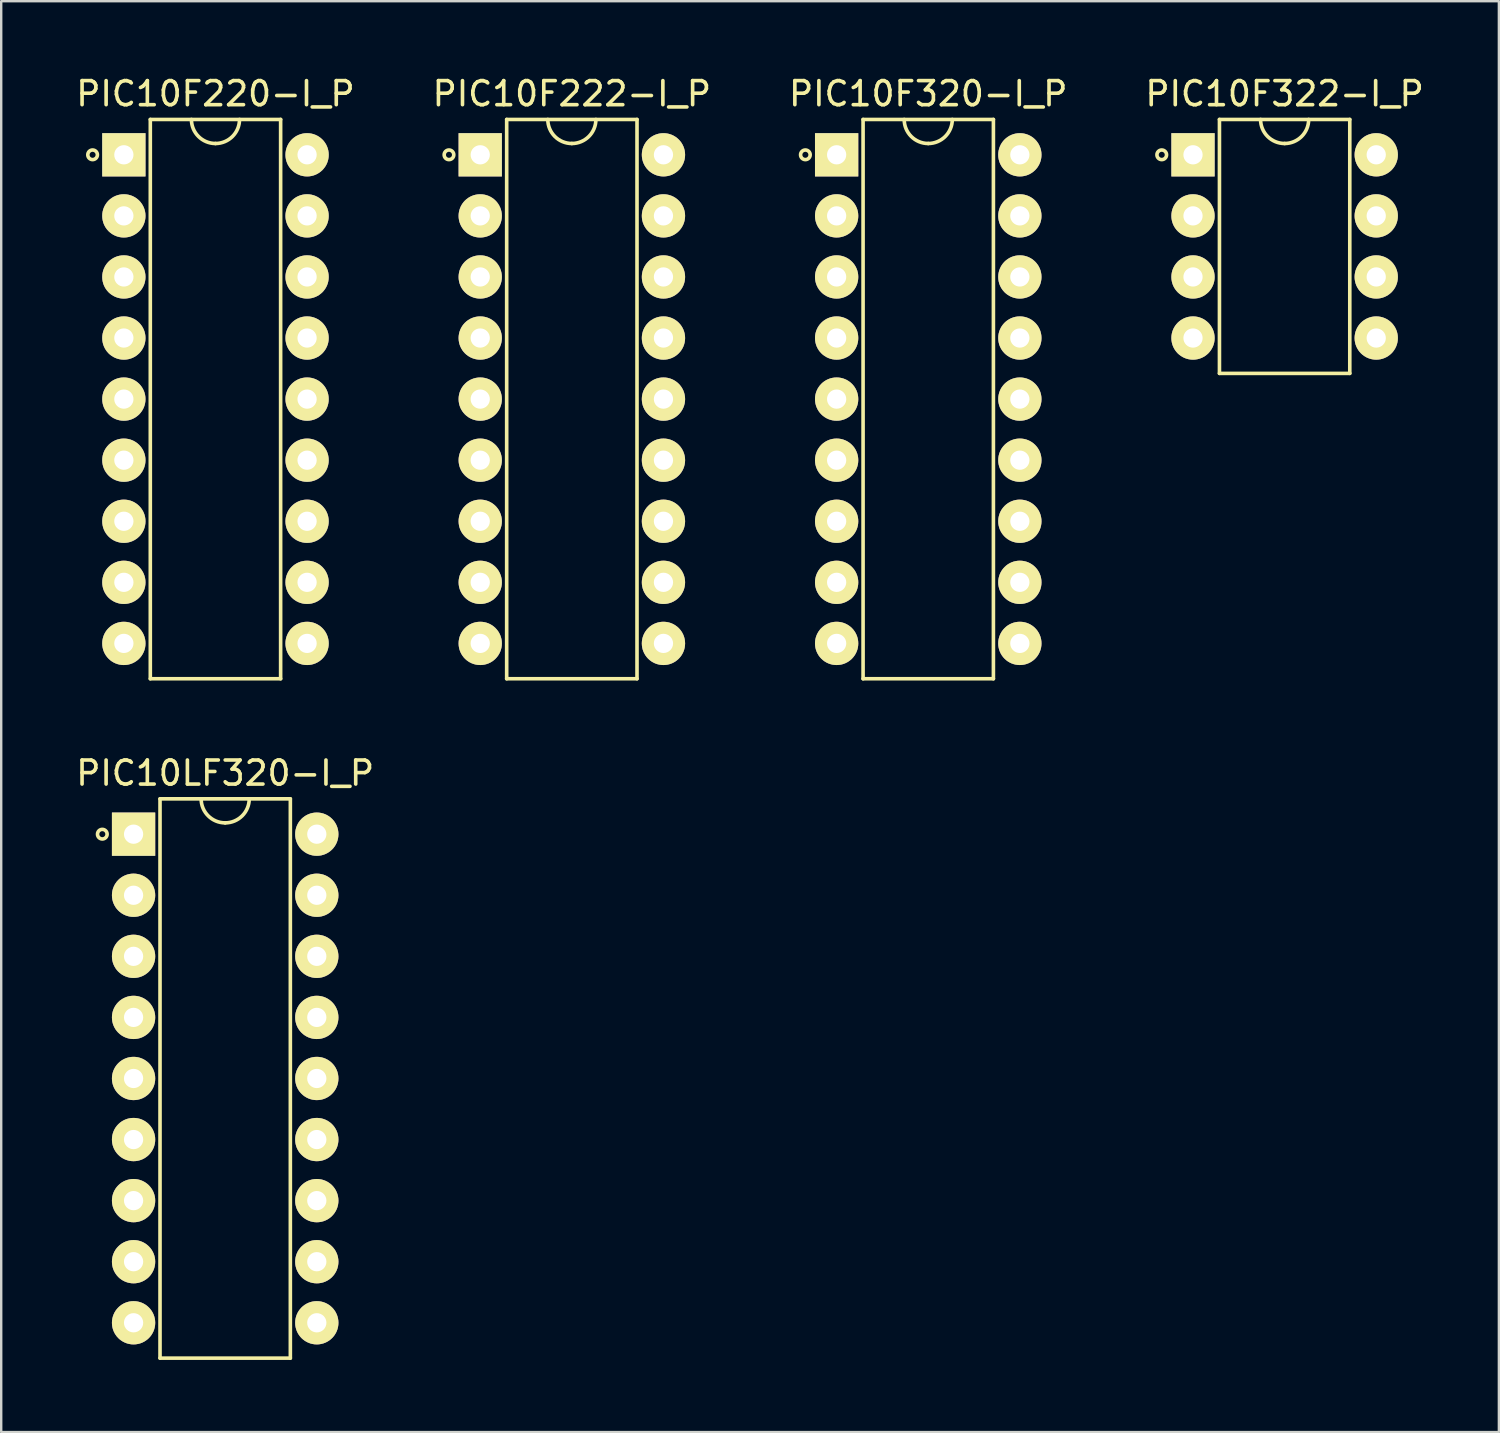
<source format=kicad_pcb>
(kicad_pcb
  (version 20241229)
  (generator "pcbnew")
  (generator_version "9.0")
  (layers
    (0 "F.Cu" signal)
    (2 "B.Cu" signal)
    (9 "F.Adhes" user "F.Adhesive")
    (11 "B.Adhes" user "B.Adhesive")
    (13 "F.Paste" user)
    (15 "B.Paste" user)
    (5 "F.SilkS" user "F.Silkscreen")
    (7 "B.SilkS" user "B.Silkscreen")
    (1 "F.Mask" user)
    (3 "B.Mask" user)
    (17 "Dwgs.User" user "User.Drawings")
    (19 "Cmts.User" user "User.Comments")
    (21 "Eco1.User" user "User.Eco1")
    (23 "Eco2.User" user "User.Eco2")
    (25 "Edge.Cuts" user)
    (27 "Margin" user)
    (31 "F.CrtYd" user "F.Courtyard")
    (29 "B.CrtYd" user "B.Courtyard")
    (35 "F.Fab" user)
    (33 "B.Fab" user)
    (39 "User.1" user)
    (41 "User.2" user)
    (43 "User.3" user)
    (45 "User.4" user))
  (footprint "PIC10F222-I_P"
    (layer "F.Cu")
    (at 16.922 3.388)
    (property "Reference" "PIC10F222-I_P" (at 3.81 -2.54 0) (layer "F.SilkS") (effects (font (size 1 1) (thickness 0.15))))
    (attr through_hole)
    (fp_line (start 1.1 -1.47) (end 6.52 -1.47) (stroke (width 0.15) (type solid)) (layer "F.SilkS"))
    (fp_line (start 1.1 21.79) (end 1.1 -1.47) (stroke (width 0.15) (type solid)) (layer "F.SilkS"))
    (fp_line (start 6.52 -1.47) (end 6.52 21.79) (stroke (width 0.15) (type solid)) (layer "F.SilkS"))
    (fp_line (start 6.52 21.79) (end 1.1 21.79) (stroke (width 0.15) (type solid)) (layer "F.SilkS"))
    (fp_arc (start 3.81 -0.47) (mid 3.102893 -0.762893) (end 2.81 -1.47) (stroke (width 0.15) (type solid)) (layer "F.SilkS"))
    (fp_arc (start 4.81 -1.47) (mid 4.517107 -0.762893) (end 3.81 -0.47) (stroke (width 0.15) (type solid)) (layer "F.SilkS"))
    (fp_circle (center -1.3 0) (end -1.3 0.2) (stroke (width 0.15) (type solid)) (fill no) (layer "F.SilkS"))
    (pad "1" thru_hole rect (at 0 0) (size 1.8 1.8) (drill 0.8) (layers "*.Cu" "*.Mask" "F.SilkS"))
    (pad "2" thru_hole circle (at 0 2.54) (size 1.8 1.8) (drill 0.8) (layers "*.Cu" "*.Mask" "F.SilkS"))
    (pad "3" thru_hole circle (at 0 5.08) (size 1.8 1.8) (drill 0.8) (layers "*.Cu" "*.Mask" "F.SilkS"))
    (pad "4" thru_hole circle (at 0 7.62) (size 1.8 1.8) (drill 0.8) (layers "*.Cu" "*.Mask" "F.SilkS"))
    (pad "5" thru_hole circle (at 0 10.16) (size 1.8 1.8) (drill 0.8) (layers "*.Cu" "*.Mask" "F.SilkS"))
    (pad "6" thru_hole circle (at 0 12.7) (size 1.8 1.8) (drill 0.8) (layers "*.Cu" "*.Mask" "F.SilkS"))
    (pad "7" thru_hole circle (at 0 15.24) (size 1.8 1.8) (drill 0.8) (layers "*.Cu" "*.Mask" "F.SilkS"))
    (pad "8" thru_hole circle (at 0 17.78) (size 1.8 1.8) (drill 0.8) (layers "*.Cu" "*.Mask" "F.SilkS"))
    (pad "9" thru_hole circle (at 0 20.32) (size 1.8 1.8) (drill 0.8) (layers "*.Cu" "*.Mask" "F.SilkS"))
    (pad "10" thru_hole circle (at 7.62 20.32) (size 1.8 1.8) (drill 0.8) (layers "*.Cu" "*.Mask" "F.SilkS"))
    (pad "11" thru_hole circle (at 7.62 17.78) (size 1.8 1.8) (drill 0.8) (layers "*.Cu" "*.Mask" "F.SilkS"))
    (pad "12" thru_hole circle (at 7.62 15.24) (size 1.8 1.8) (drill 0.8) (layers "*.Cu" "*.Mask" "F.SilkS"))
    (pad "13" thru_hole circle (at 7.62 12.7) (size 1.8 1.8) (drill 0.8) (layers "*.Cu" "*.Mask" "F.SilkS"))
    (pad "14" thru_hole circle (at 7.62 10.16) (size 1.8 1.8) (drill 0.8) (layers "*.Cu" "*.Mask" "F.SilkS"))
    (pad "15" thru_hole circle (at 7.62 7.62) (size 1.8 1.8) (drill 0.8) (layers "*.Cu" "*.Mask" "F.SilkS"))
    (pad "16" thru_hole circle (at 7.62 5.08) (size 1.8 1.8) (drill 0.8) (layers "*.Cu" "*.Mask" "F.SilkS"))
    (pad "17" thru_hole circle (at 7.62 2.54) (size 1.8 1.8) (drill 0.8) (layers "*.Cu" "*.Mask" "F.SilkS"))
    (pad "18" thru_hole circle (at 7.62 0) (size 1.8 1.8) (drill 0.8) (layers "*.Cu" "*.Mask" "F.SilkS")))
  (footprint "PIC10F322-I_P"
    (layer "F.Cu")
    (at 46.565 3.388)
    (property "Reference" "PIC10F322-I_P" (at 3.81 -2.54 0) (layer "F.SilkS") (effects (font (size 1 1) (thickness 0.15))))
    (attr through_hole)
    (fp_line (start 1.1 -1.47) (end 6.52 -1.47) (stroke (width 0.15) (type solid)) (layer "F.SilkS"))
    (fp_line (start 1.1 9.09) (end 1.1 -1.47) (stroke (width 0.15) (type solid)) (layer "F.SilkS"))
    (fp_line (start 6.52 -1.47) (end 6.52 9.09) (stroke (width 0.15) (type solid)) (layer "F.SilkS"))
    (fp_line (start 6.52 9.09) (end 1.1 9.09) (stroke (width 0.15) (type solid)) (layer "F.SilkS"))
    (fp_arc (start 3.81 -0.47) (mid 3.102893 -0.762893) (end 2.81 -1.47) (stroke (width 0.15) (type solid)) (layer "F.SilkS"))
    (fp_arc (start 4.81 -1.47) (mid 4.517107 -0.762893) (end 3.81 -0.47) (stroke (width 0.15) (type solid)) (layer "F.SilkS"))
    (fp_circle (center -1.3 0) (end -1.3 0.2) (stroke (width 0.15) (type solid)) (fill no) (layer "F.SilkS"))
    (pad "1" thru_hole rect (at 0 0) (size 1.8 1.8) (drill 0.8) (layers "*.Cu" "*.Mask" "F.SilkS"))
    (pad "2" thru_hole circle (at 0 2.54) (size 1.8 1.8) (drill 0.8) (layers "*.Cu" "*.Mask" "F.SilkS"))
    (pad "3" thru_hole circle (at 0 5.08) (size 1.8 1.8) (drill 0.8) (layers "*.Cu" "*.Mask" "F.SilkS"))
    (pad "4" thru_hole circle (at 0 7.62) (size 1.8 1.8) (drill 0.8) (layers "*.Cu" "*.Mask" "F.SilkS"))
    (pad "5" thru_hole circle (at 7.62 7.62) (size 1.8 1.8) (drill 0.8) (layers "*.Cu" "*.Mask" "F.SilkS"))
    (pad "6" thru_hole circle (at 7.62 5.08) (size 1.8 1.8) (drill 0.8) (layers "*.Cu" "*.Mask" "F.SilkS"))
    (pad "7" thru_hole circle (at 7.62 2.54) (size 1.8 1.8) (drill 0.8) (layers "*.Cu" "*.Mask" "F.SilkS"))
    (pad "8" thru_hole circle (at 7.62 0) (size 1.8 1.8) (drill 0.8) (layers "*.Cu" "*.Mask" "F.SilkS")))
  (footprint "PIC10F220-I_P"
    (layer "F.Cu")
    (at 2.101 3.388)
    (property "Reference" "PIC10F220-I_P" (at 3.81 -2.54 0) (layer "F.SilkS") (effects (font (size 1 1) (thickness 0.15))))
    (attr through_hole)
    (fp_line (start 1.1 -1.47) (end 6.52 -1.47) (stroke (width 0.15) (type solid)) (layer "F.SilkS"))
    (fp_line (start 1.1 21.79) (end 1.1 -1.47) (stroke (width 0.15) (type solid)) (layer "F.SilkS"))
    (fp_line (start 6.52 -1.47) (end 6.52 21.79) (stroke (width 0.15) (type solid)) (layer "F.SilkS"))
    (fp_line (start 6.52 21.79) (end 1.1 21.79) (stroke (width 0.15) (type solid)) (layer "F.SilkS"))
    (fp_arc (start 3.81 -0.47) (mid 3.102893 -0.762893) (end 2.81 -1.47) (stroke (width 0.15) (type solid)) (layer "F.SilkS"))
    (fp_arc (start 4.81 -1.47) (mid 4.517107 -0.762893) (end 3.81 -0.47) (stroke (width 0.15) (type solid)) (layer "F.SilkS"))
    (fp_circle (center -1.3 0) (end -1.3 0.2) (stroke (width 0.15) (type solid)) (fill no) (layer "F.SilkS"))
    (pad "1" thru_hole rect (at 0 0) (size 1.8 1.8) (drill 0.8) (layers "*.Cu" "*.Mask" "F.SilkS"))
    (pad "2" thru_hole circle (at 0 2.54) (size 1.8 1.8) (drill 0.8) (layers "*.Cu" "*.Mask" "F.SilkS"))
    (pad "3" thru_hole circle (at 0 5.08) (size 1.8 1.8) (drill 0.8) (layers "*.Cu" "*.Mask" "F.SilkS"))
    (pad "4" thru_hole circle (at 0 7.62) (size 1.8 1.8) (drill 0.8) (layers "*.Cu" "*.Mask" "F.SilkS"))
    (pad "5" thru_hole circle (at 0 10.16) (size 1.8 1.8) (drill 0.8) (layers "*.Cu" "*.Mask" "F.SilkS"))
    (pad "6" thru_hole circle (at 0 12.7) (size 1.8 1.8) (drill 0.8) (layers "*.Cu" "*.Mask" "F.SilkS"))
    (pad "7" thru_hole circle (at 0 15.24) (size 1.8 1.8) (drill 0.8) (layers "*.Cu" "*.Mask" "F.SilkS"))
    (pad "8" thru_hole circle (at 0 17.78) (size 1.8 1.8) (drill 0.8) (layers "*.Cu" "*.Mask" "F.SilkS"))
    (pad "9" thru_hole circle (at 0 20.32) (size 1.8 1.8) (drill 0.8) (layers "*.Cu" "*.Mask" "F.SilkS"))
    (pad "10" thru_hole circle (at 7.62 20.32) (size 1.8 1.8) (drill 0.8) (layers "*.Cu" "*.Mask" "F.SilkS"))
    (pad "11" thru_hole circle (at 7.62 17.78) (size 1.8 1.8) (drill 0.8) (layers "*.Cu" "*.Mask" "F.SilkS"))
    (pad "12" thru_hole circle (at 7.62 15.24) (size 1.8 1.8) (drill 0.8) (layers "*.Cu" "*.Mask" "F.SilkS"))
    (pad "13" thru_hole circle (at 7.62 12.7) (size 1.8 1.8) (drill 0.8) (layers "*.Cu" "*.Mask" "F.SilkS"))
    (pad "14" thru_hole circle (at 7.62 10.16) (size 1.8 1.8) (drill 0.8) (layers "*.Cu" "*.Mask" "F.SilkS"))
    (pad "15" thru_hole circle (at 7.62 7.62) (size 1.8 1.8) (drill 0.8) (layers "*.Cu" "*.Mask" "F.SilkS"))
    (pad "16" thru_hole circle (at 7.62 5.08) (size 1.8 1.8) (drill 0.8) (layers "*.Cu" "*.Mask" "F.SilkS"))
    (pad "17" thru_hole circle (at 7.62 2.54) (size 1.8 1.8) (drill 0.8) (layers "*.Cu" "*.Mask" "F.SilkS"))
    (pad "18" thru_hole circle (at 7.62 0) (size 1.8 1.8) (drill 0.8) (layers "*.Cu" "*.Mask" "F.SilkS")))
  (footprint "PIC10LF320-I_P"
    (layer "F.Cu")
    (at 2.505 31.642)
    (property "Reference" "PIC10LF320-I_P" (at 3.81 -2.54 0) (layer "F.SilkS") (effects (font (size 1 1) (thickness 0.15))))
    (attr through_hole)
    (fp_line (start 1.1 -1.47) (end 6.52 -1.47) (stroke (width 0.15) (type solid)) (layer "F.SilkS"))
    (fp_line (start 1.1 21.79) (end 1.1 -1.47) (stroke (width 0.15) (type solid)) (layer "F.SilkS"))
    (fp_line (start 6.52 -1.47) (end 6.52 21.79) (stroke (width 0.15) (type solid)) (layer "F.SilkS"))
    (fp_line (start 6.52 21.79) (end 1.1 21.79) (stroke (width 0.15) (type solid)) (layer "F.SilkS"))
    (fp_arc (start 3.81 -0.47) (mid 3.102893 -0.762893) (end 2.81 -1.47) (stroke (width 0.15) (type solid)) (layer "F.SilkS"))
    (fp_arc (start 4.81 -1.47) (mid 4.517107 -0.762893) (end 3.81 -0.47) (stroke (width 0.15) (type solid)) (layer "F.SilkS"))
    (fp_circle (center -1.3 0) (end -1.3 0.2) (stroke (width 0.15) (type solid)) (fill no) (layer "F.SilkS"))
    (pad "1" thru_hole rect (at 0 0) (size 1.8 1.8) (drill 0.8) (layers "*.Cu" "*.Mask" "F.SilkS"))
    (pad "2" thru_hole circle (at 0 2.54) (size 1.8 1.8) (drill 0.8) (layers "*.Cu" "*.Mask" "F.SilkS"))
    (pad "3" thru_hole circle (at 0 5.08) (size 1.8 1.8) (drill 0.8) (layers "*.Cu" "*.Mask" "F.SilkS"))
    (pad "4" thru_hole circle (at 0 7.62) (size 1.8 1.8) (drill 0.8) (layers "*.Cu" "*.Mask" "F.SilkS"))
    (pad "5" thru_hole circle (at 0 10.16) (size 1.8 1.8) (drill 0.8) (layers "*.Cu" "*.Mask" "F.SilkS"))
    (pad "6" thru_hole circle (at 0 12.7) (size 1.8 1.8) (drill 0.8) (layers "*.Cu" "*.Mask" "F.SilkS"))
    (pad "7" thru_hole circle (at 0 15.24) (size 1.8 1.8) (drill 0.8) (layers "*.Cu" "*.Mask" "F.SilkS"))
    (pad "8" thru_hole circle (at 0 17.78) (size 1.8 1.8) (drill 0.8) (layers "*.Cu" "*.Mask" "F.SilkS"))
    (pad "9" thru_hole circle (at 0 20.32) (size 1.8 1.8) (drill 0.8) (layers "*.Cu" "*.Mask" "F.SilkS"))
    (pad "10" thru_hole circle (at 7.62 20.32) (size 1.8 1.8) (drill 0.8) (layers "*.Cu" "*.Mask" "F.SilkS"))
    (pad "11" thru_hole circle (at 7.62 17.78) (size 1.8 1.8) (drill 0.8) (layers "*.Cu" "*.Mask" "F.SilkS"))
    (pad "12" thru_hole circle (at 7.62 15.24) (size 1.8 1.8) (drill 0.8) (layers "*.Cu" "*.Mask" "F.SilkS"))
    (pad "13" thru_hole circle (at 7.62 12.7) (size 1.8 1.8) (drill 0.8) (layers "*.Cu" "*.Mask" "F.SilkS"))
    (pad "14" thru_hole circle (at 7.62 10.16) (size 1.8 1.8) (drill 0.8) (layers "*.Cu" "*.Mask" "F.SilkS"))
    (pad "15" thru_hole circle (at 7.62 7.62) (size 1.8 1.8) (drill 0.8) (layers "*.Cu" "*.Mask" "F.SilkS"))
    (pad "16" thru_hole circle (at 7.62 5.08) (size 1.8 1.8) (drill 0.8) (layers "*.Cu" "*.Mask" "F.SilkS"))
    (pad "17" thru_hole circle (at 7.62 2.54) (size 1.8 1.8) (drill 0.8) (layers "*.Cu" "*.Mask" "F.SilkS"))
    (pad "18" thru_hole circle (at 7.62 0) (size 1.8 1.8) (drill 0.8) (layers "*.Cu" "*.Mask" "F.SilkS")))
  (footprint "PIC10F320-I_P"
    (layer "F.Cu")
    (at 31.744 3.388)
    (property "Reference" "PIC10F320-I_P" (at 3.81 -2.54 0) (layer "F.SilkS") (effects (font (size 1 1) (thickness 0.15))))
    (attr through_hole)
    (fp_line (start 1.1 -1.47) (end 6.52 -1.47) (stroke (width 0.15) (type solid)) (layer "F.SilkS"))
    (fp_line (start 1.1 21.79) (end 1.1 -1.47) (stroke (width 0.15) (type solid)) (layer "F.SilkS"))
    (fp_line (start 6.52 -1.47) (end 6.52 21.79) (stroke (width 0.15) (type solid)) (layer "F.SilkS"))
    (fp_line (start 6.52 21.79) (end 1.1 21.79) (stroke (width 0.15) (type solid)) (layer "F.SilkS"))
    (fp_arc (start 3.81 -0.47) (mid 3.102893 -0.762893) (end 2.81 -1.47) (stroke (width 0.15) (type solid)) (layer "F.SilkS"))
    (fp_arc (start 4.81 -1.47) (mid 4.517107 -0.762893) (end 3.81 -0.47) (stroke (width 0.15) (type solid)) (layer "F.SilkS"))
    (fp_circle (center -1.3 0) (end -1.3 0.2) (stroke (width 0.15) (type solid)) (fill no) (layer "F.SilkS"))
    (pad "1" thru_hole rect (at 0 0) (size 1.8 1.8) (drill 0.8) (layers "*.Cu" "*.Mask" "F.SilkS"))
    (pad "2" thru_hole circle (at 0 2.54) (size 1.8 1.8) (drill 0.8) (layers "*.Cu" "*.Mask" "F.SilkS"))
    (pad "3" thru_hole circle (at 0 5.08) (size 1.8 1.8) (drill 0.8) (layers "*.Cu" "*.Mask" "F.SilkS"))
    (pad "4" thru_hole circle (at 0 7.62) (size 1.8 1.8) (drill 0.8) (layers "*.Cu" "*.Mask" "F.SilkS"))
    (pad "5" thru_hole circle (at 0 10.16) (size 1.8 1.8) (drill 0.8) (layers "*.Cu" "*.Mask" "F.SilkS"))
    (pad "6" thru_hole circle (at 0 12.7) (size 1.8 1.8) (drill 0.8) (layers "*.Cu" "*.Mask" "F.SilkS"))
    (pad "7" thru_hole circle (at 0 15.24) (size 1.8 1.8) (drill 0.8) (layers "*.Cu" "*.Mask" "F.SilkS"))
    (pad "8" thru_hole circle (at 0 17.78) (size 1.8 1.8) (drill 0.8) (layers "*.Cu" "*.Mask" "F.SilkS"))
    (pad "9" thru_hole circle (at 0 20.32) (size 1.8 1.8) (drill 0.8) (layers "*.Cu" "*.Mask" "F.SilkS"))
    (pad "10" thru_hole circle (at 7.62 20.32) (size 1.8 1.8) (drill 0.8) (layers "*.Cu" "*.Mask" "F.SilkS"))
    (pad "11" thru_hole circle (at 7.62 17.78) (size 1.8 1.8) (drill 0.8) (layers "*.Cu" "*.Mask" "F.SilkS"))
    (pad "12" thru_hole circle (at 7.62 15.24) (size 1.8 1.8) (drill 0.8) (layers "*.Cu" "*.Mask" "F.SilkS"))
    (pad "13" thru_hole circle (at 7.62 12.7) (size 1.8 1.8) (drill 0.8) (layers "*.Cu" "*.Mask" "F.SilkS"))
    (pad "14" thru_hole circle (at 7.62 10.16) (size 1.8 1.8) (drill 0.8) (layers "*.Cu" "*.Mask" "F.SilkS"))
    (pad "15" thru_hole circle (at 7.62 7.62) (size 1.8 1.8) (drill 0.8) (layers "*.Cu" "*.Mask" "F.SilkS"))
    (pad "16" thru_hole circle (at 7.62 5.08) (size 1.8 1.8) (drill 0.8) (layers "*.Cu" "*.Mask" "F.SilkS"))
    (pad "17" thru_hole circle (at 7.62 2.54) (size 1.8 1.8) (drill 0.8) (layers "*.Cu" "*.Mask" "F.SilkS"))
    (pad "18" thru_hole circle (at 7.62 0) (size 1.8 1.8) (drill 0.8) (layers "*.Cu" "*.Mask" "F.SilkS")))
  (gr_rect
    (start -3 -3)
    (end 59.286 56.507)
    (stroke (width 0.1) (type default))
    (fill no)
    (layer "Edge.Cuts")))
</source>
